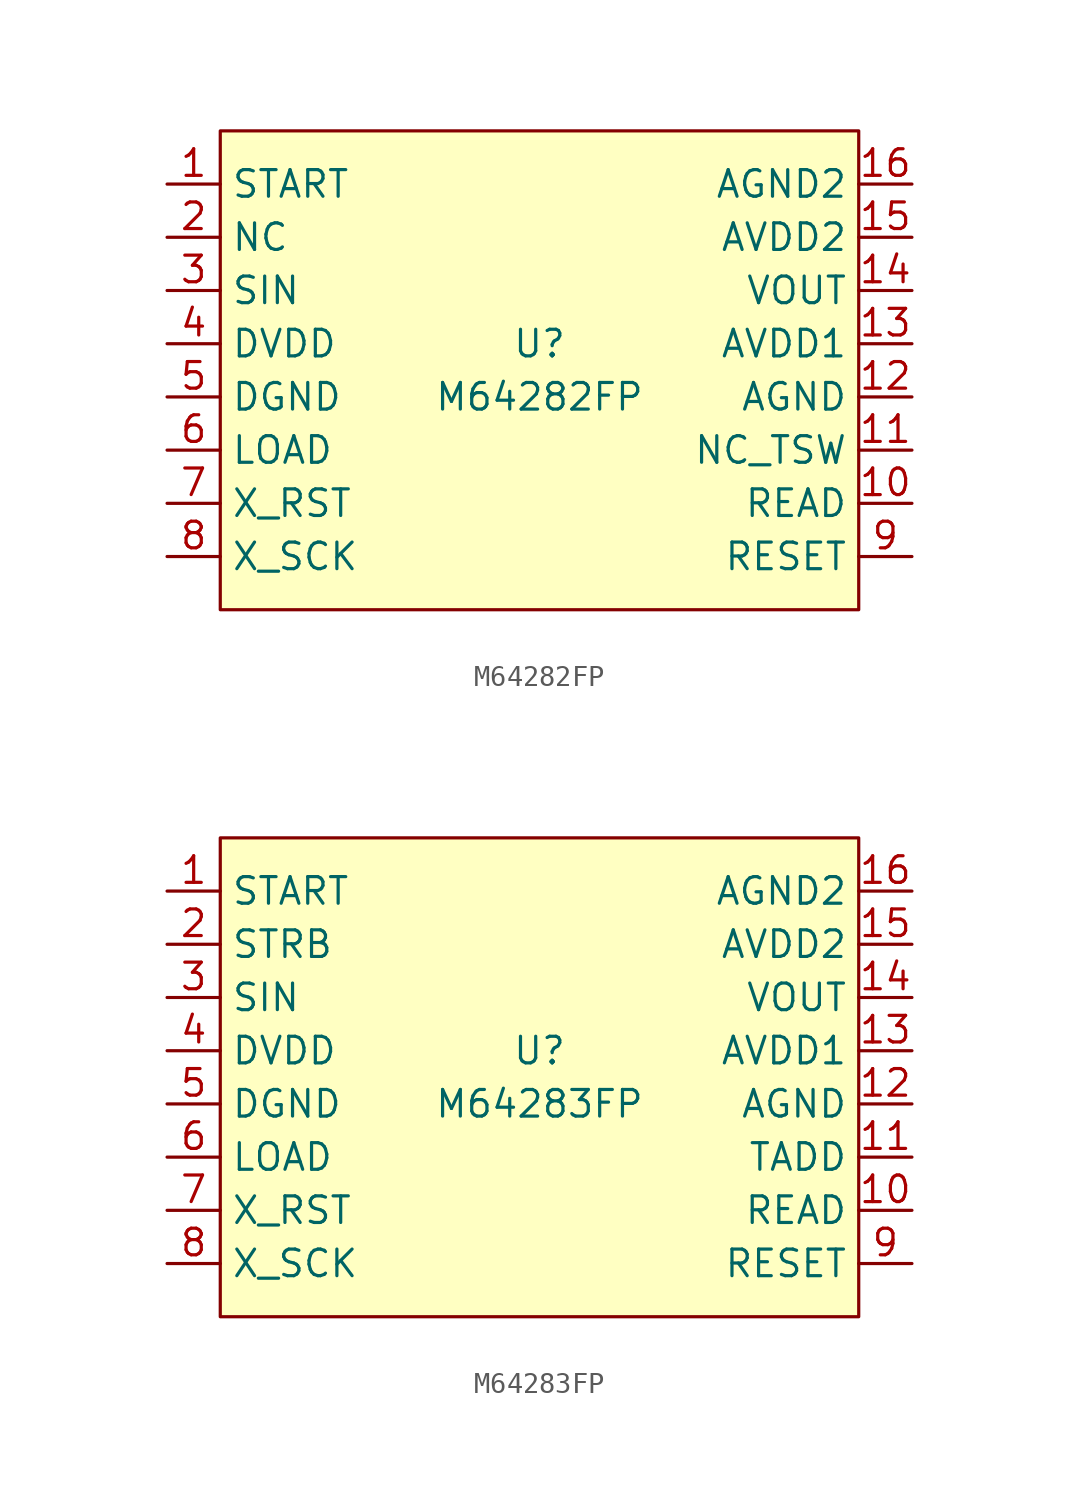
<source format=kicad_sym>
(kicad_symbol_lib
  (version 20211014)
  (generator kicad_symbol_editor)
  (symbol "M64282FP"
    (property "Reference" "U"
      (at 0 1.27 0)
      (effects (font (size 1.27 1.27))))
    (property "Value" "M64282FP"
      (at 0 -1.27 0)
      (effects (font (size 1.27 1.27))))
    (symbol "M64282FP_0_1"
      (rectangle (start -15.24 11.43) (end 15.24 -11.43) (stroke (width 0) (type default) (color 0 0 0 0)) (fill (type background))))
    (symbol "M64282FP_1_1"
      (pin input line (at -17.78 8.89 0) (length 2.54) (name "START" (effects (font (size 1.27 1.27)))) (number "1" (effects (font (size 1.27 1.27)))))
      (pin input line (at 17.78 -6.35 180) (length 2.54) (name "READ" (effects (font (size 1.27 1.27)))) (number "10" (effects (font (size 1.27 1.27)))))
      (pin input line (at 17.78 -3.81 180) (length 2.54) (name "NC_TSW" (effects (font (size 1.27 1.27)))) (number "11" (effects (font (size 1.27 1.27)))))
      (pin input line (at 17.78 -1.27 180) (length 2.54) (name "AGND" (effects (font (size 1.27 1.27)))) (number "12" (effects (font (size 1.27 1.27)))))
      (pin input line (at 17.78 1.27 180) (length 2.54) (name "AVDD1" (effects (font (size 1.27 1.27)))) (number "13" (effects (font (size 1.27 1.27)))))
      (pin input line (at 17.78 3.81 180) (length 2.54) (name "VOUT" (effects (font (size 1.27 1.27)))) (number "14" (effects (font (size 1.27 1.27)))))
      (pin input line (at 17.78 6.35 180) (length 2.54) (name "AVDD2" (effects (font (size 1.27 1.27)))) (number "15" (effects (font (size 1.27 1.27)))))
      (pin input line (at 17.78 8.89 180) (length 2.54) (name "AGND2" (effects (font (size 1.27 1.27)))) (number "16" (effects (font (size 1.27 1.27)))))
      (pin input line (at -17.78 6.35 0) (length 2.54) (name "NC" (effects (font (size 1.27 1.27)))) (number "2" (effects (font (size 1.27 1.27)))))
      (pin input line (at -17.78 3.81 0) (length 2.54) (name "SIN" (effects (font (size 1.27 1.27)))) (number "3" (effects (font (size 1.27 1.27)))))
      (pin input line (at -17.78 1.27 0) (length 2.54) (name "DVDD" (effects (font (size 1.27 1.27)))) (number "4" (effects (font (size 1.27 1.27)))))
      (pin input line (at -17.78 -1.27 0) (length 2.54) (name "DGND" (effects (font (size 1.27 1.27)))) (number "5" (effects (font (size 1.27 1.27)))))
      (pin input line (at -17.78 -3.81 0) (length 2.54) (name "LOAD" (effects (font (size 1.27 1.27)))) (number "6" (effects (font (size 1.27 1.27)))))
      (pin input line (at -17.78 -6.35 0) (length 2.54) (name "X_RST" (effects (font (size 1.27 1.27)))) (number "7" (effects (font (size 1.27 1.27)))))
      (pin input line (at -17.78 -8.89 0) (length 2.54) (name "X_SCK" (effects (font (size 1.27 1.27)))) (number "8" (effects (font (size 1.27 1.27)))))
      (pin input line (at 17.78 -8.89 180) (length 2.54) (name "RESET" (effects (font (size 1.27 1.27)))) (number "9" (effects (font (size 1.27 1.27)))))))
  (symbol "M64283FP"
    (property "Reference" "U"
      (at 0 1.27 0)
      (effects (font (size 1.27 1.27))))
    (property "Value" "M64283FP"
      (at 0 -1.27 0)
      (effects (font (size 1.27 1.27))))
    (symbol "M64283FP_0_1"
      (rectangle (start -15.24 11.43) (end 15.24 -11.43) (stroke (width 0) (type default) (color 0 0 0 0)) (fill (type background))))
    (symbol "M64283FP_1_1"
      (pin input line (at -17.78 8.89 0) (length 2.54) (name "START" (effects (font (size 1.27 1.27)))) (number "1" (effects (font (size 1.27 1.27)))))
      (pin input line (at 17.78 -6.35 180) (length 2.54) (name "READ" (effects (font (size 1.27 1.27)))) (number "10" (effects (font (size 1.27 1.27)))))
      (pin input line (at 17.78 -3.81 180) (length 2.54) (name "TADD" (effects (font (size 1.27 1.27)))) (number "11" (effects (font (size 1.27 1.27)))))
      (pin input line (at 17.78 -1.27 180) (length 2.54) (name "AGND" (effects (font (size 1.27 1.27)))) (number "12" (effects (font (size 1.27 1.27)))))
      (pin input line (at 17.78 1.27 180) (length 2.54) (name "AVDD1" (effects (font (size 1.27 1.27)))) (number "13" (effects (font (size 1.27 1.27)))))
      (pin input line (at 17.78 3.81 180) (length 2.54) (name "VOUT" (effects (font (size 1.27 1.27)))) (number "14" (effects (font (size 1.27 1.27)))))
      (pin input line (at 17.78 6.35 180) (length 2.54) (name "AVDD2" (effects (font (size 1.27 1.27)))) (number "15" (effects (font (size 1.27 1.27)))))
      (pin input line (at 17.78 8.89 180) (length 2.54) (name "AGND2" (effects (font (size 1.27 1.27)))) (number "16" (effects (font (size 1.27 1.27)))))
      (pin input line (at -17.78 6.35 0) (length 2.54) (name "STRB" (effects (font (size 1.27 1.27)))) (number "2" (effects (font (size 1.27 1.27)))))
      (pin input line (at -17.78 3.81 0) (length 2.54) (name "SIN" (effects (font (size 1.27 1.27)))) (number "3" (effects (font (size 1.27 1.27)))))
      (pin input line (at -17.78 1.27 0) (length 2.54) (name "DVDD" (effects (font (size 1.27 1.27)))) (number "4" (effects (font (size 1.27 1.27)))))
      (pin input line (at -17.78 -1.27 0) (length 2.54) (name "DGND" (effects (font (size 1.27 1.27)))) (number "5" (effects (font (size 1.27 1.27)))))
      (pin input line (at -17.78 -3.81 0) (length 2.54) (name "LOAD" (effects (font (size 1.27 1.27)))) (number "6" (effects (font (size 1.27 1.27)))))
      (pin input line (at -17.78 -6.35 0) (length 2.54) (name "X_RST" (effects (font (size 1.27 1.27)))) (number "7" (effects (font (size 1.27 1.27)))))
      (pin input line (at -17.78 -8.89 0) (length 2.54) (name "X_SCK" (effects (font (size 1.27 1.27)))) (number "8" (effects (font (size 1.27 1.27)))))
      (pin input line (at 17.78 -8.89 180) (length 2.54) (name "RESET" (effects (font (size 1.27 1.27)))) (number "9" (effects (font (size 1.27 1.27))))))))
</source>
